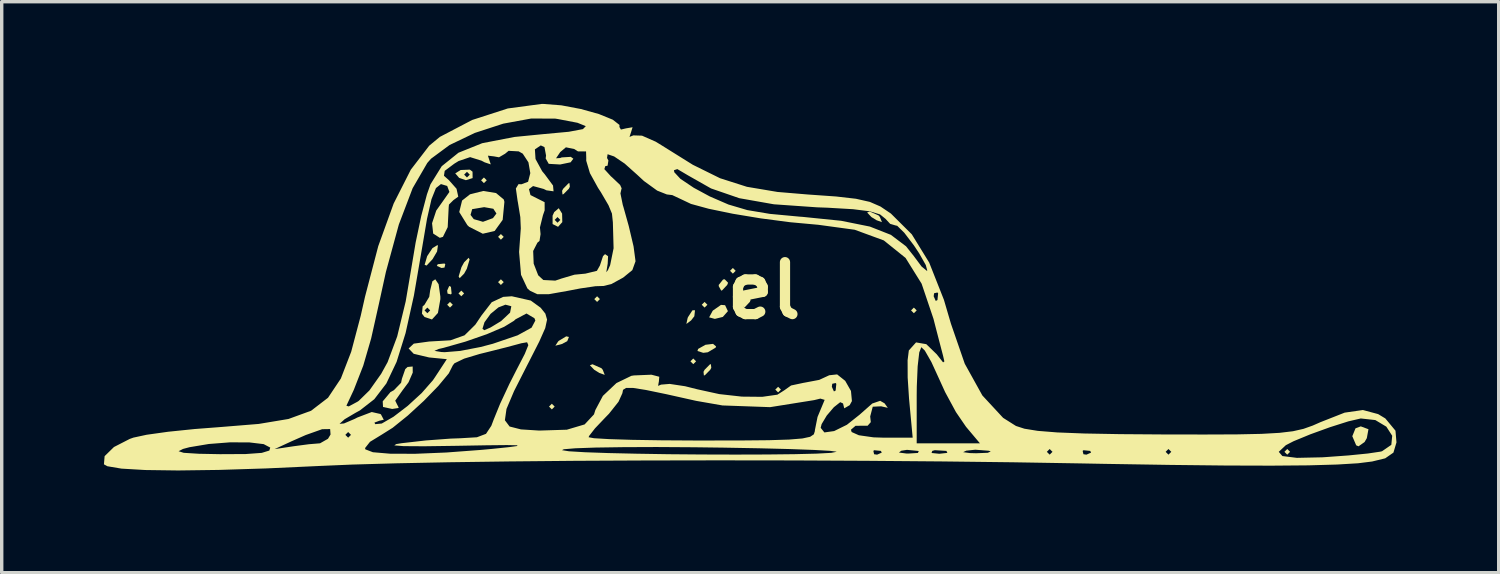
<source format=kicad_pcb>
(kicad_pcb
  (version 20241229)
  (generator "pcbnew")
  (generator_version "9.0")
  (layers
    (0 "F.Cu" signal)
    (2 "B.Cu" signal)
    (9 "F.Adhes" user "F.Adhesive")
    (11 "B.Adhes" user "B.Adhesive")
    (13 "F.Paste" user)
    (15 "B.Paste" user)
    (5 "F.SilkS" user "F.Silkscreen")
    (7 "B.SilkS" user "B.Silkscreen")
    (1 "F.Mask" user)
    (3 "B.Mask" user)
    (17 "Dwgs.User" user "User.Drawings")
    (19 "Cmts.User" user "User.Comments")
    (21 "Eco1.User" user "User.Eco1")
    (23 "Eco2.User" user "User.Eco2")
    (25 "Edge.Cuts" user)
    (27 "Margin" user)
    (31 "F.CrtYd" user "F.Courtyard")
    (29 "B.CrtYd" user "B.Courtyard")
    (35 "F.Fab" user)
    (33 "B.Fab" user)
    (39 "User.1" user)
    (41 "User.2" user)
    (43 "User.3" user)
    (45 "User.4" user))
  (footprint "el"
    (layer "F.Cu")
    (at 19.369 5.478)
    (property "Reference" "el" (at 0 0 0) (layer "F.SilkS") (effects (font (size 1.524 1.524) (thickness 0.3))))
    (attr board_only exclude_from_pos_files exclude_from_bom)
    (fp_poly (pts (xy -9.131 0.415) (xy -9.214 0.498) (xy -9.297 0.415) (xy -9.214 0.332)) (stroke (width 0) (type solid)) (fill yes) (layer "F.SilkS"))
    (fp_poly (pts (xy -8.799 0.083) (xy -8.882 0.166) (xy -8.965 0.083) (xy -8.882 0)) (stroke (width 0) (type solid)) (fill yes) (layer "F.SilkS"))
    (fp_poly (pts (xy -8.135 -3.237) (xy -8.218 -3.154) (xy -8.301 -3.237) (xy -8.218 -3.32)) (stroke (width 0) (type solid)) (fill yes) (layer "F.SilkS"))
    (fp_poly (pts (xy -7.637 -1.577) (xy -7.72 -1.494) (xy -7.803 -1.577) (xy -7.72 -1.66)) (stroke (width 0) (type solid)) (fill yes) (layer "F.SilkS"))
    (fp_poly (pts (xy -7.637 -0.249) (xy -7.72 -0.166) (xy -7.803 -0.249) (xy -7.72 -0.332)) (stroke (width 0) (type solid)) (fill yes) (layer "F.SilkS"))
    (fp_poly (pts (xy -6.142 3.403) (xy -6.225 3.486) (xy -6.308 3.403) (xy -6.225 3.32)) (stroke (width 0) (type solid)) (fill yes) (layer "F.SilkS"))
    (fp_poly (pts (xy -4.814 0.249) (xy -4.897 0.332) (xy -4.98 0.249) (xy -4.897 0.166)) (stroke (width 0) (type solid)) (fill yes) (layer "F.SilkS"))
    (fp_poly (pts (xy -1.992 2.075) (xy -2.075 2.158) (xy -2.158 2.075) (xy -2.075 1.992)) (stroke (width 0) (type solid)) (fill yes) (layer "F.SilkS"))
    (fp_poly (pts (xy -1.66 0.415) (xy -1.743 0.498) (xy -1.826 0.415) (xy -1.743 0.332)) (stroke (width 0) (type solid)) (fill yes) (layer "F.SilkS"))
    (fp_poly (pts (xy -0.83 -0.581) (xy -0.913 -0.498) (xy -0.996 -0.581) (xy -0.913 -0.664)) (stroke (width 0) (type solid)) (fill yes) (layer "F.SilkS"))
    (fp_poly (pts (xy 0.498 2.905) (xy 0.415 2.988) (xy 0.332 2.905) (xy 0.415 2.822)) (stroke (width 0) (type solid)) (fill yes) (layer "F.SilkS"))
    (fp_poly (pts (xy 4.482 0.581) (xy 4.399 0.664) (xy 4.316 0.581) (xy 4.399 0.498)) (stroke (width 0) (type solid)) (fill yes) (layer "F.SilkS"))
    (fp_poly (pts (xy 15.439 4.731) (xy 15.356 4.814) (xy 15.273 4.731) (xy 15.356 4.648)) (stroke (width 0) (type solid)) (fill yes) (layer "F.SilkS"))
    (fp_poly (pts (xy -9.352 -0.775) (xy -9.375 -0.676) (xy -9.463 -0.664) (xy -9.599 -0.725) (xy -9.573 -0.775) (xy -9.376 -0.795)) (stroke (width 0) (type solid)) (fill yes) (layer "F.SilkS"))
    (fp_poly (pts (xy -9.186 -0.111) (xy -9.166 0.086) (xy -9.186 0.111) (xy -9.285 0.088) (xy -9.297 0) (xy -9.236 -0.137)) (stroke (width 0) (type solid)) (fill yes) (layer "F.SilkS"))
    (fp_poly (pts (xy -5.723 1.36) (xy -5.773 1.484) (xy -5.928 1.566) (xy -6.122 1.617) (xy -6.042 1.495) (xy -6.021 1.474) (xy -5.803 1.342)) (stroke (width 0) (type solid)) (fill yes) (layer "F.SilkS"))
    (fp_poly (pts (xy -4.767 2.279) (xy -4.731 2.324) (xy -4.673 2.473) (xy -4.83 2.417) (xy -4.98 2.324) (xy -5.108 2.191) (xy -5.032 2.161)) (stroke (width 0) (type solid)) (fill yes) (layer "F.SilkS"))
    (fp_poly (pts (xy -2.043 0.752) (xy -2.138 0.874) (xy -2.277 0.979) (xy -2.242 0.813) (xy -2.231 0.781) (xy -2.099 0.578) (xy -2.024 0.577)) (stroke (width 0) (type solid)) (fill yes) (layer "F.SilkS"))
    (fp_poly (pts (xy 3.368 -2.203) (xy 3.403 -2.158) (xy 3.462 -2.009) (xy 3.305 -2.065) (xy 3.154 -2.158) (xy 3.027 -2.291) (xy 3.103 -2.322)) (stroke (width 0) (type solid)) (fill yes) (layer "F.SilkS"))
    (fp_poly (pts (xy -9.568 -1.323) (xy -9.593 -1.147) (xy -9.725 -0.923) (xy -9.9 -0.735) (xy -9.958 -0.757) (xy -9.884 -1.01) (xy -9.728 -1.247) (xy -9.585 -1.334)) (stroke (width 0) (type solid)) (fill yes) (layer "F.SilkS"))
    (fp_poly (pts (xy -8.638 -0.913) (xy -8.72 -0.64) (xy -8.799 -0.498) (xy -8.93 -0.365) (xy -8.96 -0.415) (xy -8.877 -0.688) (xy -8.799 -0.83) (xy -8.667 -0.963)) (stroke (width 0) (type solid)) (fill yes) (layer "F.SilkS"))
    (fp_poly (pts (xy -5.697 -3.047) (xy -5.727 -2.988) (xy -5.884 -2.83) (xy -5.913 -2.822) (xy -5.924 -2.929) (xy -5.893 -2.988) (xy -5.737 -3.147) (xy -5.708 -3.154)) (stroke (width 0) (type solid)) (fill yes) (layer "F.SilkS"))
    (fp_poly (pts (xy -1.546 2.265) (xy -1.577 2.324) (xy -1.734 2.483) (xy -1.763 2.49) (xy -1.774 2.383) (xy -1.743 2.324) (xy -1.587 2.166) (xy -1.558 2.158)) (stroke (width 0) (type solid)) (fill yes) (layer "F.SilkS"))
    (fp_poly (pts (xy -1.405 1.639) (xy -1.42 1.675) (xy -1.649 1.81) (xy -1.781 1.826) (xy -1.952 1.772) (xy -1.932 1.711) (xy -1.717 1.59) (xy -1.494 1.563)) (stroke (width 0) (type solid)) (fill yes) (layer "F.SilkS"))
    (fp_poly (pts (xy -1.141 0.428) (xy -1.058 0.603) (xy -1.207 0.772) (xy -1.441 0.83) (xy -1.609 0.785) (xy -1.51 0.6) (xy -1.496 0.583) (xy -1.261 0.419)) (stroke (width 0) (type solid)) (fill yes) (layer "F.SilkS"))
    (fp_poly (pts (xy -1.053 -0.23) (xy -1.079 -0.166) (xy -1.228 -0.008) (xy -1.255 0) (xy -1.326 -0.128) (xy -1.328 -0.166) (xy -1.2 -0.326) (xy -1.152 -0.332)) (stroke (width 0) (type solid)) (fill yes) (layer "F.SilkS"))
    (fp_poly (pts (xy -0.389 0.268) (xy -0.415 0.332) (xy -0.564 0.49) (xy -0.591 0.498) (xy -0.662 0.37) (xy -0.664 0.332) (xy -0.536 0.172) (xy -0.488 0.166)) (stroke (width 0) (type solid)) (fill yes) (layer "F.SilkS"))
    (fp_poly (pts (xy 17.739 4.068) (xy 17.691 4.33) (xy 17.625 4.443) (xy 17.448 4.569) (xy 17.379 4.54) (xy 17.265 4.273) (xy 17.359 4.041) (xy 17.514 3.984)) (stroke (width 0) (type solid)) (fill yes) (layer "F.SilkS"))
    (fp_poly (pts (xy -8.552 -3.49) (xy -8.55 -3.302) (xy -8.747 -3.24) (xy -8.945 -3.308) (xy -9.027 -3.403) (xy -8.799 -3.403) (xy -8.716 -3.32) (xy -8.633 -3.403) (xy -8.716 -3.486) (xy -8.799 -3.403) (xy -9.027 -3.403) (xy -9.059 -3.441) (xy -8.901 -3.539) (xy -8.631 -3.55)) (stroke (width 0) (type solid)) (fill yes) (layer "F.SilkS"))
    (fp_poly (pts (xy -5.924 -2.26) (xy -5.918 -2.01) (xy -6.042 -1.872) (xy -6.201 -1.952) (xy -6.203 -1.956) (xy -6.203 -2.075) (xy -6.142 -2.075) (xy -6.059 -1.992) (xy -5.976 -2.075) (xy -6.059 -2.158) (xy -6.142 -2.075) (xy -6.203 -2.075) (xy -6.203 -2.199) (xy -6.155 -2.305) (xy -6.022 -2.418)) (stroke (width 0) (type solid)) (fill yes) (layer "F.SilkS"))
    (fp_poly (pts (xy -10.307 2.407) (xy -10.43 2.69) (xy -10.62 2.945) (xy -10.821 3.23) (xy -10.749 3.376) (xy -10.744 3.378) (xy -10.719 3.444) (xy -10.91 3.473) (xy -11.179 3.415) (xy -11.188 3.25) (xy -10.96 2.977) (xy -10.861 2.923) (xy -10.648 2.703) (xy -10.625 2.588) (xy -10.526 2.303) (xy -10.459 2.241) (xy -10.309 2.227)) (stroke (width 0) (type solid)) (fill yes) (layer "F.SilkS"))
    (fp_poly (pts (xy -9.547 -0.186) (xy -9.497 0.173) (xy -9.496 0.249) (xy -9.568 0.656) (xy -9.743 0.847) (xy -9.961 0.774) (xy -10.037 0.676) (xy -10.027 0.581) (xy -9.961 0.581) (xy -9.878 0.664) (xy -9.795 0.581) (xy -9.878 0.498) (xy -9.961 0.581) (xy -10.027 0.581) (xy -10.016 0.462) (xy -9.963 0.417) (xy -9.822 0.181) (xy -9.795 -0.01) (xy -9.73 -0.274) (xy -9.645 -0.332)) (stroke (width 0) (type solid)) (fill yes) (layer "F.SilkS"))
    (fp_poly (pts (xy -7.862 -2.863) (xy -7.635 -2.673) (xy -7.617 -2.604) (xy -7.668 -2.076) (xy -7.902 -1.751) (xy -8.251 -1.669) (xy -8.652 -1.872) (xy -8.704 -1.921) (xy -8.89 -2.221) (xy -8.611 -2.221) (xy -8.516 -2.097) (xy -8.246 -2.019) (xy -7.953 -2.127) (xy -7.851 -2.262) (xy -7.942 -2.402) (xy -8.211 -2.449) (xy -8.563 -2.39) (xy -8.611 -2.221) (xy -8.89 -2.221) (xy -8.942 -2.306) (xy -8.859 -2.643) (xy -8.626 -2.826) (xy -8.237 -2.924)) (stroke (width 0) (type solid)) (fill yes) (layer "F.SilkS"))
    (fp_poly (pts (xy -5.945 -5.437) (xy -5.373 -5.329) (xy -4.843 -5.181) (xy -4.438 -5.016) (xy -4.24 -4.862) (xy -4.242 -4.801) (xy -4.198 -4.726) (xy -4.049 -4.761) (xy -3.856 -4.794) (xy -3.9 -4.651) (xy -3.946 -4.51) (xy -3.834 -4.555) (xy -3.579 -4.547) (xy -3.177 -4.37) (xy -3.012 -4.269) (xy -2.087 -3.692) (xy -1.289 -3.298) (xy -0.5 -3.046) (xy 0.398 -2.895) (xy 1.281 -2.821) (xy 2.118 -2.762) (xy 2.701 -2.695) (xy 3.108 -2.603) (xy 3.418 -2.468) (xy 3.709 -2.272) (xy 3.726 -2.26) (xy 4.338 -1.652) (xy 4.849 -0.822) (xy 5.281 0.271) (xy 5.487 0.972) (xy 5.892 2.145) (xy 6.409 3.077) (xy 7.018 3.734) (xy 7.395 3.972) (xy 7.644 4.053) (xy 8.035 4.116) (xy 8.607 4.162) (xy 9.398 4.193) (xy 10.447 4.212) (xy 11.704 4.221) (xy 12.935 4.223) (xy 13.884 4.219) (xy 14.599 4.204) (xy 15.129 4.174) (xy 15.523 4.127) (xy 15.832 4.057) (xy 16.102 3.961) (xy 16.332 3.86) (xy 17.041 3.581) (xy 17.576 3.504) (xy 18.023 3.624) (xy 18.234 3.751) (xy 18.532 4.111) (xy 18.561 4.455) (xy 18.472 4.754) (xy 18.23 4.922) (xy 17.846 5.015) (xy 17.432 5.067) (xy 16.816 5.104) (xy 15.978 5.128) (xy 14.896 5.137) (xy 13.551 5.133) (xy 11.922 5.115) (xy 9.989 5.084) (xy 9.297 5.071) (xy 7.318 5.038) (xy 5.224 5.013) (xy 3.054 4.995) (xy 0.851 4.984) (xy -1.346 4.981) (xy -3.495 4.985) (xy -5.555 4.995) (xy -7.485 5.013) (xy -9.244 5.037) (xy -10.792 5.068) (xy -12.086 5.105) (xy -13.024 5.145) (xy -14.601 5.218) (xy -15.999 5.262) (xy -17.192 5.278) (xy -18.153 5.265) (xy -18.854 5.224) (xy -19.268 5.154) (xy -19.369 5.098) (xy -19.349 4.858) (xy -19.201 4.713) (xy -17.178 4.713) (xy -17.029 4.76) (xy -16.584 4.788) (xy -15.965 4.8) (xy -15.207 4.796) (xy -14.738 4.762) (xy -14.515 4.694) (xy -14.502 4.651) (xy -14.36 4.651) (xy -14.157 4.621) (xy -11.706 4.621) (xy -11.698 4.658) (xy -11.476 4.743) (xy -10.974 4.786) (xy -10.24 4.789) (xy -9.323 4.751) (xy -8.401 4.682) (xy -5.928 4.682) (xy -5.724 4.715) (xy -5.256 4.743) (xy -4.578 4.767) (xy -3.744 4.786) (xy -2.806 4.801) (xy -1.82 4.809) (xy -0.838 4.812) (xy 0.085 4.809) (xy 0.898 4.8) (xy 1.545 4.784) (xy 1.973 4.761) (xy 2.128 4.731) (xy 2.127 4.727) (xy 1.957 4.704) (xy 3.21 4.704) (xy 3.232 4.802) (xy 3.32 4.814) (xy 3.457 4.754) (xy 3.456 4.752) (xy 3.961 4.752) (xy 4.182 4.781) (xy 4.233 4.782) (xy 4.502 4.765) (xy 4.918 4.765) (xy 5.146 4.788) (xy 5.382 4.762) (xy 5.372 4.741) (xy 5.845 4.741) (xy 6.044 4.768) (xy 6.225 4.773) (xy 6.567 4.759) (xy 6.632 4.731) (xy 8.301 4.731) (xy 8.384 4.814) (xy 8.467 4.731) (xy 8.439 4.704) (xy 9.352 4.704) (xy 9.375 4.802) (xy 9.463 4.814) (xy 9.599 4.754) (xy 9.588 4.731) (xy 11.787 4.731) (xy 11.87 4.814) (xy 11.953 4.731) (xy 11.953 4.731) (xy 15.107 4.731) (xy 15.213 4.855) (xy 15.637 4.908) (xy 16.383 4.892) (xy 16.477 4.886) (xy 17.152 4.837) (xy 17.722 4.78) (xy 18.088 4.726) (xy 18.137 4.714) (xy 18.41 4.526) (xy 18.436 4.26) (xy 18.264 3.993) (xy 17.941 3.799) (xy 17.515 3.752) (xy 17.514 3.752) (xy 17.149 3.837) (xy 16.611 4.008) (xy 16.031 4.218) (xy 15.541 4.42) (xy 15.315 4.536) (xy 15.107 4.731) (xy 11.953 4.731) (xy 11.87 4.648) (xy 11.787 4.731) (xy 9.588 4.731) (xy 9.573 4.704) (xy 9.376 4.684) (xy 9.352 4.704) (xy 8.439 4.704) (xy 8.384 4.648) (xy 8.301 4.731) (xy 6.632 4.731) (xy 6.655 4.722) (xy 6.601 4.7) (xy 6.202 4.669) (xy 5.937 4.697) (xy 5.845 4.741) (xy 5.372 4.741) (xy 5.354 4.704) (xy 5.014 4.683) (xy 4.939 4.704) (xy 4.918 4.765) (xy 4.502 4.765) (xy 4.517 4.764) (xy 4.542 4.712) (xy 4.527 4.705) (xy 4.197 4.673) (xy 4.029 4.699) (xy 3.961 4.752) (xy 3.456 4.752) (xy 3.431 4.704) (xy 3.234 4.684) (xy 3.21 4.704) (xy 1.957 4.704) (xy 1.943 4.702) (xy 1.474 4.676) (xy 0.765 4.65) (xy -0.138 4.627) (xy -1.188 4.608) (xy -2.045 4.597) (xy -3.156 4.59) (xy -4.136 4.594) (xy -4.944 4.606) (xy -5.536 4.627) (xy -5.872 4.655) (xy -5.928 4.682) (xy -8.401 4.682) (xy -8.271 4.672) (xy -7.969 4.644) (xy -7.478 4.593) (xy -7.232 4.559) (xy -7.248 4.539) (xy -7.544 4.533) (xy -8.136 4.539) (xy -9.043 4.555) (xy -9.048 4.555) (xy -9.974 4.568) (xy -10.575 4.564) (xy -10.848 4.542) (xy -10.792 4.504) (xy -10.66 4.482) (xy 4.482 4.482) (xy 6.338 4.482) (xy 5.929 3.996) (xy 5.634 3.565) (xy 5.316 2.978) (xy 5.137 2.585) (xy 4.913 2.096) (xy 4.721 1.761) (xy 4.618 1.66) (xy 4.557 1.813) (xy 4.51 2.222) (xy 4.485 2.811) (xy 4.482 3.071) (xy 4.482 4.482) (xy -10.66 4.482) (xy -10.625 4.477) (xy -9.921 4.397) (xy -9.193 4.343) (xy -8.915 4.333) (xy -8.425 4.304) (xy -8.421 4.303) (xy -5.146 4.303) (xy -4.988 4.332) (xy -4.548 4.358) (xy -3.876 4.379) (xy -3.02 4.393) (xy -2.031 4.399) (xy -1.826 4.399) (xy -0.696 4.398) (xy 0.145 4.39) (xy 0.739 4.371) (xy 1.128 4.339) (xy 1.355 4.29) (xy 1.463 4.218) (xy 1.494 4.121) (xy 1.494 4.098) (xy 1.572 3.708) (xy 1.679 3.451) (xy 1.781 3.206) (xy 1.655 3.169) (xy 1.471 3.214) (xy 0.181 3.42) (xy -1.218 3.37) (xy -1.992 3.235) (xy -2.864 3.04) (xy -3.463 2.916) (xy -3.841 2.856) (xy -4.048 2.857) (xy -4.136 2.912) (xy -4.155 3.011) (xy -4.269 3.262) (xy -4.547 3.612) (xy -4.653 3.721) (xy -4.96 4.044) (xy -5.132 4.266) (xy -5.146 4.303) (xy -8.421 4.303) (xy -8.157 4.203) (xy -8.001 3.967) (xy -7.929 3.777) (xy -7.745 3.325) (xy -7.472 2.74) (xy -7.272 2.346) (xy -7.019 1.857) (xy -6.915 1.6) (xy -6.951 1.516) (xy -7.12 1.545) (xy -7.179 1.561) (xy -7.567 1.665) (xy -8.107 1.801) (xy -8.342 1.859) (xy -8.798 1.996) (xy -9.083 2.133) (xy -9.131 2.194) (xy -9.249 2.428) (xy -9.557 2.799) (xy -9.981 3.235) (xy -10.452 3.667) (xy -10.896 4.025) (xy -11.219 4.228) (xy -11.562 4.438) (xy -11.706 4.621) (xy -14.157 4.621) (xy -13.8 4.567) (xy -13.354 4.508) (xy -13.039 4.482) (xy -13.029 4.482) (xy -12.794 4.348) (xy -12.725 4.233) (xy -12.285 4.233) (xy -12.202 4.316) (xy -12.119 4.233) (xy -12.202 4.15) (xy -12.285 4.233) (xy -12.725 4.233) (xy -12.719 4.222) (xy -12.731 4.063) (xy -12.966 4.067) (xy -13.447 4.238) (xy -13.862 4.421) (xy -14.36 4.651) (xy -14.502 4.651) (xy -14.488 4.607) (xy -14.681 4.505) (xy -15.108 4.454) (xy -15.676 4.453) (xy -16.291 4.501) (xy -16.86 4.596) (xy -17.048 4.646) (xy -17.178 4.713) (xy -19.201 4.713) (xy -19.075 4.59) (xy -18.611 4.352) (xy -18.504 4.314) (xy -18.115 4.23) (xy -17.485 4.142) (xy -16.706 4.062) (xy -15.976 4.006) (xy -14.833 3.913) (xy -14.812 3.91) (xy -12.451 3.91) (xy -12.323 3.898) (xy -12.007 3.763) (xy -11.934 3.725) (xy -11.51 3.563) (xy -11.255 3.621) (xy -11.237 3.638) (xy -11.157 3.79) (xy -11.283 3.818) (xy -11.43 3.873) (xy -11.409 3.919) (xy -11.216 3.901) (xy -10.872 3.702) (xy -10.456 3.384) (xy -10.045 3.007) (xy -9.716 2.632) (xy -9.66 2.55) (xy -9.307 2.012) (xy -9.829 1.961) (xy -10.279 1.854) (xy -10.361 1.768) (xy -9.671 1.768) (xy -9.469 1.802) (xy -9.368 1.807) (xy -8.916 1.77) (xy -8.318 1.655) (xy -7.957 1.56) (xy -7.231 1.313) (xy -6.82 1.088) (xy -6.709 0.878) (xy -6.735 0.811) (xy -6.969 0.672) (xy -7.29 0.842) (xy -7.338 0.887) (xy -7.626 1.063) (xy -8.135 1.28) (xy -8.763 1.498) (xy -9.408 1.681) (xy -9.546 1.713) (xy -9.671 1.768) (xy -10.361 1.768) (xy -10.428 1.698) (xy -10.276 1.556) (xy -9.824 1.494) (xy -9.822 1.494) (xy -9.199 1.458) (xy -8.787 1.312) (xy -8.593 1.121) (xy -8.261 1.121) (xy -8.207 1.162) (xy -8.022 1.081) (xy -7.715 0.895) (xy -7.451 0.647) (xy -7.414 0.459) (xy -7.586 0.413) (xy -7.793 0.493) (xy -8.023 0.683) (xy -8.202 0.929) (xy -8.261 1.121) (xy -8.593 1.121) (xy -8.469 0.998) (xy -8.29 0.731) (xy -7.989 0.341) (xy -7.653 0.184) (xy -7.4 0.166) (xy -6.843 0.292) (xy -6.553 0.503) (xy -6.415 0.676) (xy -6.365 0.851) (xy -6.419 1.101) (xy -6.594 1.495) (xy -6.905 2.106) (xy -6.942 2.177) (xy -7.333 2.947) (xy -7.556 3.473) (xy -7.603 3.804) (xy -7.465 3.988) (xy -7.132 4.073) (xy -6.597 4.107) (xy -6.586 4.107) (xy -5.785 4.082) (xy -5.263 3.927) (xy -4.988 3.632) (xy -4.948 3.505) (xy -4.727 3.089) (xy -4.329 2.713) (xy -3.891 2.501) (xy -3.815 2.489) (xy -3.301 2.468) (xy -3.072 2.528) (xy -3.085 2.678) (xy -3.087 2.682) (xy -3.107 2.796) (xy -3.02 2.759) (xy -2.767 2.738) (xy -2.315 2.806) (xy -1.956 2.896) (xy -1.312 3.037) (xy -0.648 3.111) (xy -0.05 3.117) (xy 0.394 3.054) (xy 0.597 2.925) (xy 0.742 2.822) (xy 1.992 2.822) (xy 2.053 2.959) (xy 2.103 2.933) (xy 2.123 2.736) (xy 2.103 2.712) (xy 2.004 2.734) (xy 1.992 2.822) (xy 0.742 2.822) (xy 0.796 2.784) (xy 1.177 2.703) (xy 1.182 2.703) (xy 1.621 2.62) (xy 1.916 2.484) (xy 2.147 2.459) (xy 2.384 2.648) (xy 2.553 2.945) (xy 2.581 3.242) (xy 2.515 3.362) (xy 2.356 3.455) (xy 2.32 3.312) (xy 2.238 3.274) (xy 2.051 3.422) (xy 1.842 3.667) (xy 1.692 3.918) (xy 1.664 4.026) (xy 1.773 4.162) (xy 2.059 4.122) (xy 2.434 3.937) (xy 2.813 3.636) (xy 2.82 3.629) (xy 3.178 3.313) (xy 3.41 3.234) (xy 3.538 3.307) (xy 3.634 3.44) (xy 3.457 3.4) (xy 3.445 3.395) (xy 3.192 3.407) (xy 3.117 3.693) (xy 3.135 3.86) (xy 3.041 3.966) (xy 3.03 3.965) (xy 2.688 3.967) (xy 2.552 4.082) (xy 2.573 4.15) (xy 2.785 4.245) (xy 3.214 4.306) (xy 3.52 4.316) (xy 4.364 4.316) (xy 4.257 3.168) (xy 4.217 2.551) (xy 4.215 2.043) (xy 4.251 1.756) (xy 4.463 1.52) (xy 4.764 1.572) (xy 5.069 1.868) (xy 5.256 2.106) (xy 5.294 2.079) (xy 5.255 1.909) (xy 5.16 1.546) (xy 5.026 1.03) (xy 4.975 0.83) (xy 4.751 0.166) (xy 4.98 0.166) (xy 5.041 0.303) (xy 5.091 0.277) (xy 5.111 0.08) (xy 5.091 0.055) (xy 4.992 0.078) (xy 4.98 0.166) (xy 4.751 0.166) (xy 4.626 -0.203) (xy 4.155 -0.959) (xy 3.516 -1.473) (xy 2.662 -1.786) (xy 1.598 -1.931) (xy 0.766 -2.007) (xy -0.096 -2.12) (xy -0.917 -2.256) (xy -1.623 -2.402) (xy -2.142 -2.544) (xy -2.399 -2.666) (xy -2.691 -2.803) (xy -2.85 -2.822) (xy -3.133 -2.934) (xy -3.522 -3.216) (xy -3.724 -3.403) (xy -3.87 -3.533) (xy -2.642 -3.533) (xy -2.631 -3.473) (xy -2.454 -3.282) (xy -2.061 -3.018) (xy -1.589 -2.763) (xy -1.042 -2.526) (xy -0.49 -2.363) (xy 0.171 -2.252) (xy 1.049 -2.17) (xy 1.144 -2.163) (xy 2.265 -2.049) (xy 3.108 -1.879) (xy 3.725 -1.636) (xy 4.169 -1.3) (xy 4.395 -1.016) (xy 4.625 -0.707) (xy 4.778 -0.582) (xy 4.793 -0.587) (xy 4.748 -0.751) (xy 4.556 -1.091) (xy 4.399 -1.328) (xy 4.118 -1.697) (xy 3.911 -1.901) (xy 3.852 -1.915) (xy 3.703 -1.959) (xy 3.567 -2.106) (xy 3.406 -2.236) (xy 3.108 -2.327) (xy 2.613 -2.389) (xy 1.863 -2.433) (xy 1.558 -2.444) (xy 0.29 -2.533) (xy -0.724 -2.712) (xy -1.553 -2.998) (xy -2.223 -3.378) (xy -2.542 -3.566) (xy -2.642 -3.533) (xy -3.87 -3.533) (xy -4.088 -3.728) (xy -4.397 -3.937) (xy -4.589 -4.002) (xy -4.605 -3.892) (xy -4.565 -3.818) (xy -4.589 -3.666) (xy -4.657 -3.652) (xy -4.684 -3.565) (xy -4.49 -3.352) (xy -4.459 -3.326) (xy -4.221 -3.1) (xy -4.174 -2.995) (xy -4.18 -2.994) (xy -4.212 -2.852) (xy -4.143 -2.513) (xy -4.123 -2.449) (xy -3.968 -1.895) (xy -3.829 -1.306) (xy -3.826 -1.291) (xy -3.769 -0.861) (xy -3.863 -0.601) (xy -4.132 -0.382) (xy -4.478 -0.192) (xy -4.709 -0.136) (xy -4.712 -0.136) (xy -4.944 -0.129) (xy -5.388 -0.064) (xy -5.769 0.009) (xy -6.317 0.106) (xy -6.649 0.106) (xy -6.867 0.003) (xy -6.943 -0.065) (xy -7.129 -0.463) (xy -7.186 -1.133) (xy -7.136 -1.826) (xy -7.15 -2.156) (xy -7.224 -2.608) (xy -7.228 -2.622) (xy -7.278 -2.978) (xy -6.896 -2.978) (xy -6.852 -2.804) (xy -6.668 -2.711) (xy -6.437 -2.595) (xy -6.436 -2.355) (xy -6.486 -2.211) (xy -6.574 -1.854) (xy -6.556 -1.658) (xy -6.587 -1.458) (xy -6.648 -1.407) (xy -6.773 -1.163) (xy -6.758 -0.791) (xy -6.625 -0.449) (xy -6.475 -0.311) (xy -6.123 -0.293) (xy -5.946 -0.353) (xy -5.561 -0.467) (xy -5.24 -0.498) (xy -4.903 -0.58) (xy -4.814 -0.737) (xy -4.723 -1.013) (xy -4.664 -1.07) (xy -4.575 -1.01) (xy -4.586 -0.789) (xy -4.627 -0.54) (xy -4.578 -0.603) (xy -4.514 -0.747) (xy -4.413 -1.243) (xy -4.434 -2.003) (xy -4.461 -2.26) (xy -4.562 -2.504) (xy -4.787 -2.889) (xy -4.87 -3.016) (xy -5.107 -3.446) (xy -5.216 -3.812) (xy -5.215 -3.884) (xy -5.221 -4.086) (xy -5.268 -4.084) (xy -5.459 -4.086) (xy -5.566 -4.154) (xy -5.812 -4.205) (xy -5.978 -4.066) (xy -6.102 -3.883) (xy -5.981 -3.891) (xy -5.934 -3.909) (xy -5.669 -3.925) (xy -5.594 -3.871) (xy -5.674 -3.765) (xy -5.982 -3.701) (xy -6.316 -3.72) (xy -6.406 -3.878) (xy -6.395 -3.964) (xy -6.441 -4.21) (xy -6.549 -4.261) (xy -6.722 -4.145) (xy -6.704 -3.862) (xy -6.509 -3.504) (xy -6.433 -3.413) (xy -6.19 -3.084) (xy -6.175 -2.914) (xy -6.383 -2.943) (xy -6.464 -2.983) (xy -6.776 -3.068) (xy -6.896 -2.978) (xy -7.278 -2.978) (xy -7.281 -2.996) (xy -7.202 -3.125) (xy -7.119 -3.12) (xy -6.922 -3.194) (xy -6.857 -3.448) (xy -6.912 -3.764) (xy -7.079 -4.019) (xy -7.198 -4.086) (xy -7.494 -4.102) (xy -7.598 -4.016) (xy -7.776 -3.912) (xy -7.924 -3.939) (xy -8.101 -3.96) (xy -8.059 -3.83) (xy -8.017 -3.704) (xy -8.196 -3.764) (xy -8.292 -3.814) (xy -8.623 -3.917) (xy -8.962 -3.802) (xy -9.088 -3.724) (xy -9.369 -3.514) (xy -9.391 -3.37) (xy -9.243 -3.238) (xy -9.022 -2.989) (xy -8.971 -2.757) (xy -9.112 -2.656) (xy -9.244 -2.525) (xy -9.252 -2.449) (xy -9.281 -1.862) (xy -9.421 -1.577) (xy -9.513 -1.549) (xy -9.707 -1.674) (xy -9.74 -1.977) (xy -9.617 -2.349) (xy -9.443 -2.594) (xy -9.231 -2.895) (xy -9.296 -3.071) (xy -9.299 -3.072) (xy -9.479 -3.126) (xy -9.626 -3.009) (xy -9.757 -2.682) (xy -9.888 -2.106) (xy -10.034 -1.245) (xy -10.273 0.146) (xy -10.517 1.246) (xy -10.781 2.092) (xy -11.082 2.726) (xy -11.435 3.187) (xy -11.856 3.515) (xy -11.982 3.584) (xy -12.306 3.775) (xy -12.451 3.906) (xy -12.451 3.91) (xy -14.812 3.91) (xy -13.953 3.767) (xy -13.289 3.525) (xy -13.098 3.378) (xy -12.254 3.378) (xy -12.186 3.399) (xy -11.928 3.26) (xy -11.893 3.237) (xy -11.578 2.929) (xy -11.234 2.443) (xy -11.045 2.1) (xy -10.763 1.344) (xy -10.514 0.318) (xy -10.361 -0.582) (xy -10.222 -1.41) (xy -10.057 -2.192) (xy -9.89 -2.825) (xy -9.786 -3.119) (xy -9.456 -3.651) (xy -8.965 -4.046) (xy -8.268 -4.326) (xy -7.322 -4.509) (xy -6.475 -4.592) (xy -5.728 -4.661) (xy -5.313 -4.739) (xy -5.228 -4.826) (xy -5.473 -4.925) (xy -6.048 -5.035) (xy -6.125 -5.047) (xy -6.831 -5.05) (xy -7.652 -4.899) (xy -8.486 -4.627) (xy -9.227 -4.272) (xy -9.771 -3.87) (xy -9.88 -3.746) (xy -10.31 -3.005) (xy -10.715 -1.939) (xy -11.095 -0.546) (xy -11.302 0.398) (xy -11.527 1.403) (xy -11.759 2.201) (xy -12.037 2.914) (xy -12.254 3.378) (xy -13.098 3.378) (xy -12.793 3.144) (xy -12.417 2.581) (xy -12.113 1.794) (xy -11.834 0.74) (xy -11.706 0.174) (xy -11.319 -1.305) (xy -10.867 -2.555) (xy -10.364 -3.548) (xy -9.823 -4.253) (xy -9.511 -4.511) (xy -8.563 -5.007) (xy -7.518 -5.345) (xy -6.525 -5.478) (xy -6.475 -5.478)) (stroke (width 0) (type solid)) (fill yes) (layer "F.SilkS")))
  (gr_rect
    (start -3 -3)
    (end 40.93 13.756)
    (stroke (width 0.1) (type default))
    (fill no)
    (layer "Edge.Cuts")))
</source>
